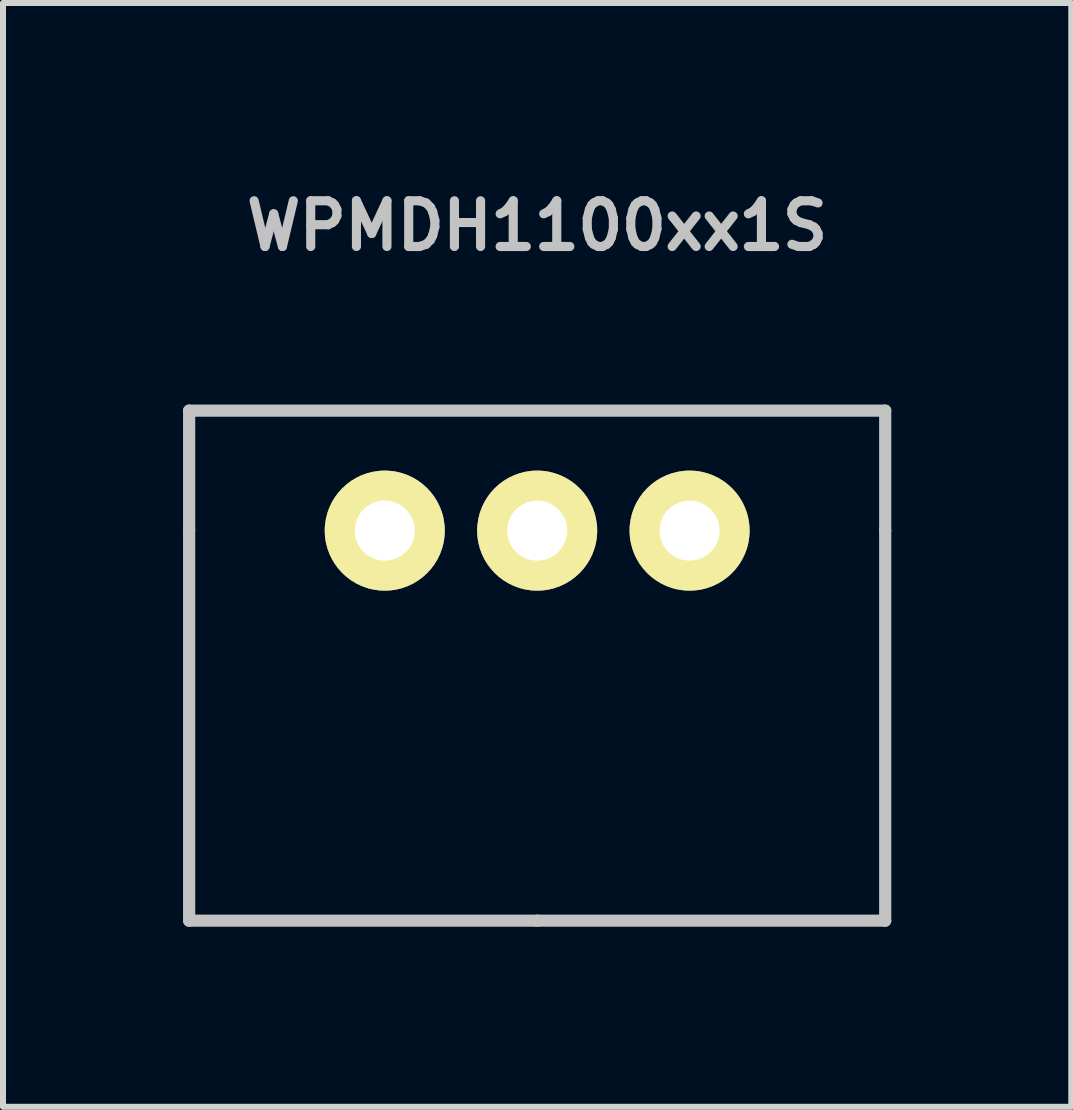
<source format=kicad_pcb>
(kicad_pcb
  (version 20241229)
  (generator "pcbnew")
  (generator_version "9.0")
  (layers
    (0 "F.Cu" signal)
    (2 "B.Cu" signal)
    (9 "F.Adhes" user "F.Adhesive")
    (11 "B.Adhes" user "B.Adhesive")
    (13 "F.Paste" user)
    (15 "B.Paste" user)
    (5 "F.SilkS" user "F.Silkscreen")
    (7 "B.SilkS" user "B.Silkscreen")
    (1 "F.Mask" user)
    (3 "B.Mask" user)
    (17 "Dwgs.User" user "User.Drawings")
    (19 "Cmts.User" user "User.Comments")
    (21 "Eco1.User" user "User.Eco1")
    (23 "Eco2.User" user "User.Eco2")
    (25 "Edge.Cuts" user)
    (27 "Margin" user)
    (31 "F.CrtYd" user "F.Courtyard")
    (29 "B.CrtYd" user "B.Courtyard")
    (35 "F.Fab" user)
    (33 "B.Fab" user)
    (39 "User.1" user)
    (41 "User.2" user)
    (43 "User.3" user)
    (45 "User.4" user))
  (footprint "WPMDH1100xx1S"
    (layer "F.Cu")
    (at 5.902 5.793)
    (property "Reference" "WPMDH1100xx1S" (at 0 -5.08 0) (layer "Dwgs.User") (effects (font (size 0.762 0.762) (thickness 0.152))))
    (attr through_hole)
    (fp_line (start -5.8 -2) (end -5.8 0) (stroke (width 0.203) (type solid)) (layer "Dwgs.User"))
    (fp_line (start -5.8 -2) (end 5.8 -2) (stroke (width 0.203) (type solid)) (layer "Dwgs.User"))
    (fp_line (start -5.8 6.5) (end -5.8 0) (stroke (width 0.203) (type solid)) (layer "Dwgs.User"))
    (fp_line (start 0 6.5) (end -5.8 6.5) (stroke (width 0.203) (type solid)) (layer "Dwgs.User"))
    (fp_line (start 5.8 -2) (end 5.8 0) (stroke (width 0.203) (type solid)) (layer "Dwgs.User"))
    (fp_line (start 5.8 6.5) (end 0 6.5) (stroke (width 0.203) (type solid)) (layer "Dwgs.User"))
    (fp_line (start 5.8 6.5) (end 5.8 0) (stroke (width 0.203) (type solid)) (layer "Dwgs.User"))
    (pad "1" thru_hole circle (at 2.54 0) (size 2 2) (drill 1) (layers "*.Cu" "*.Mask" "F.SilkS"))
    (pad "2" thru_hole circle (at 0 0) (size 2 2) (drill 1) (layers "*.Cu" "*.Mask" "F.SilkS"))
    (pad "3" thru_hole circle (at -2.54 0) (size 2 2) (drill 1) (layers "*.Cu" "*.Mask" "F.SilkS")))
  (gr_rect
    (start -3 -3)
    (end 14.803 15.395)
    (stroke (width 0.1) (type default))
    (fill no)
    (layer "Edge.Cuts")))
</source>
